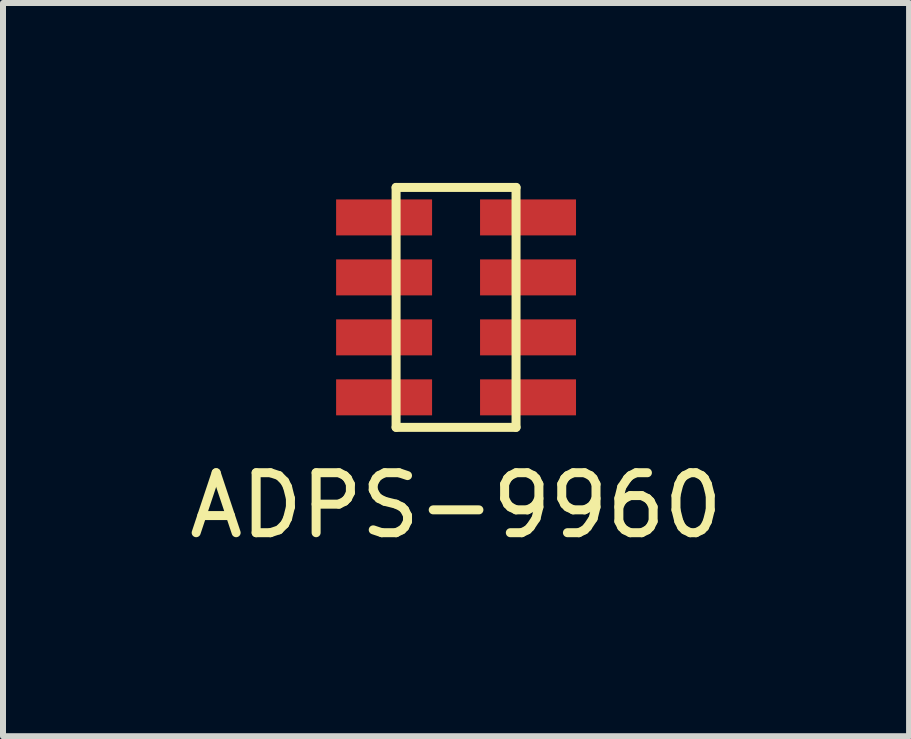
<source format=kicad_pcb>
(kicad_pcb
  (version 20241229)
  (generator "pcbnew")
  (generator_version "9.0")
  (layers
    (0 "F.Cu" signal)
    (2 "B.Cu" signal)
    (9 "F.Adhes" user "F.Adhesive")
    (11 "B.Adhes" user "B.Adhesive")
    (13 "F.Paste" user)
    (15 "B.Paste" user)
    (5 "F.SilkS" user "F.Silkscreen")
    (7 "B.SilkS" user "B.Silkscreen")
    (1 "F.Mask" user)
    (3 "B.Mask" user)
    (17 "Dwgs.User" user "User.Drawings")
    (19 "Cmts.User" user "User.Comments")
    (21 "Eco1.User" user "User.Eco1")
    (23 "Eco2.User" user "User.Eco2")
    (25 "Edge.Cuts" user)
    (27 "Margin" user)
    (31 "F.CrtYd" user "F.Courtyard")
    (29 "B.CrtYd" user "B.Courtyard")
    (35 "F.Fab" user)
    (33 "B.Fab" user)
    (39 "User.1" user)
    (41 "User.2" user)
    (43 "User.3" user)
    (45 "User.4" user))
  (footprint "ADPS-9960"
    (layer "F.Cu")
    (at 4.554 2.075)
    (property "Reference" "ADPS-9960" (at 0 3.302 0) (layer "F.SilkS") (effects (font (size 1 1) (thickness 0.15))))
    (attr through_hole)
    (fp_line (start -1 -2) (end 1 -2) (stroke (width 0.15) (type solid)) (layer "F.SilkS"))
    (fp_line (start -1 2) (end -1 -2) (stroke (width 0.15) (type solid)) (layer "F.SilkS"))
    (fp_line (start 1 -2) (end 1 2) (stroke (width 0.15) (type solid)) (layer "F.SilkS"))
    (fp_line (start 1 2) (end -1 2) (stroke (width 0.15) (type solid)) (layer "F.SilkS"))
    (pad "1" smd rect (at 1.2 -1.5) (size 1.6 0.6) (layers "F.Cu" "F.Mask" "F.Paste"))
    (pad "2" smd rect (at 1.2 -0.5) (size 1.6 0.6) (layers "F.Cu" "F.Mask" "F.Paste"))
    (pad "3" smd rect (at 1.2 0.5) (size 1.6 0.6) (layers "F.Cu" "F.Mask" "F.Paste"))
    (pad "4" smd rect (at 1.2 1.5) (size 1.6 0.6) (layers "F.Cu" "F.Mask" "F.Paste"))
    (pad "5" smd rect (at -1.2 1.5) (size 1.6 0.6) (layers "F.Cu" "F.Mask" "F.Paste"))
    (pad "6" smd rect (at -1.2 0.5) (size 1.6 0.6) (layers "F.Cu" "F.Mask" "F.Paste"))
    (pad "7" smd rect (at -1.2 -0.5) (size 1.6 0.6) (layers "F.Cu" "F.Mask" "F.Paste"))
    (pad "8" smd rect (at -1.2 -1.5) (size 1.6 0.6) (layers "F.Cu" "F.Mask" "F.Paste")))
  (gr_rect
    (start -3 -3)
    (end 12.107 9.225)
    (stroke (width 0.1) (type default))
    (fill no)
    (layer "Edge.Cuts")))
</source>
